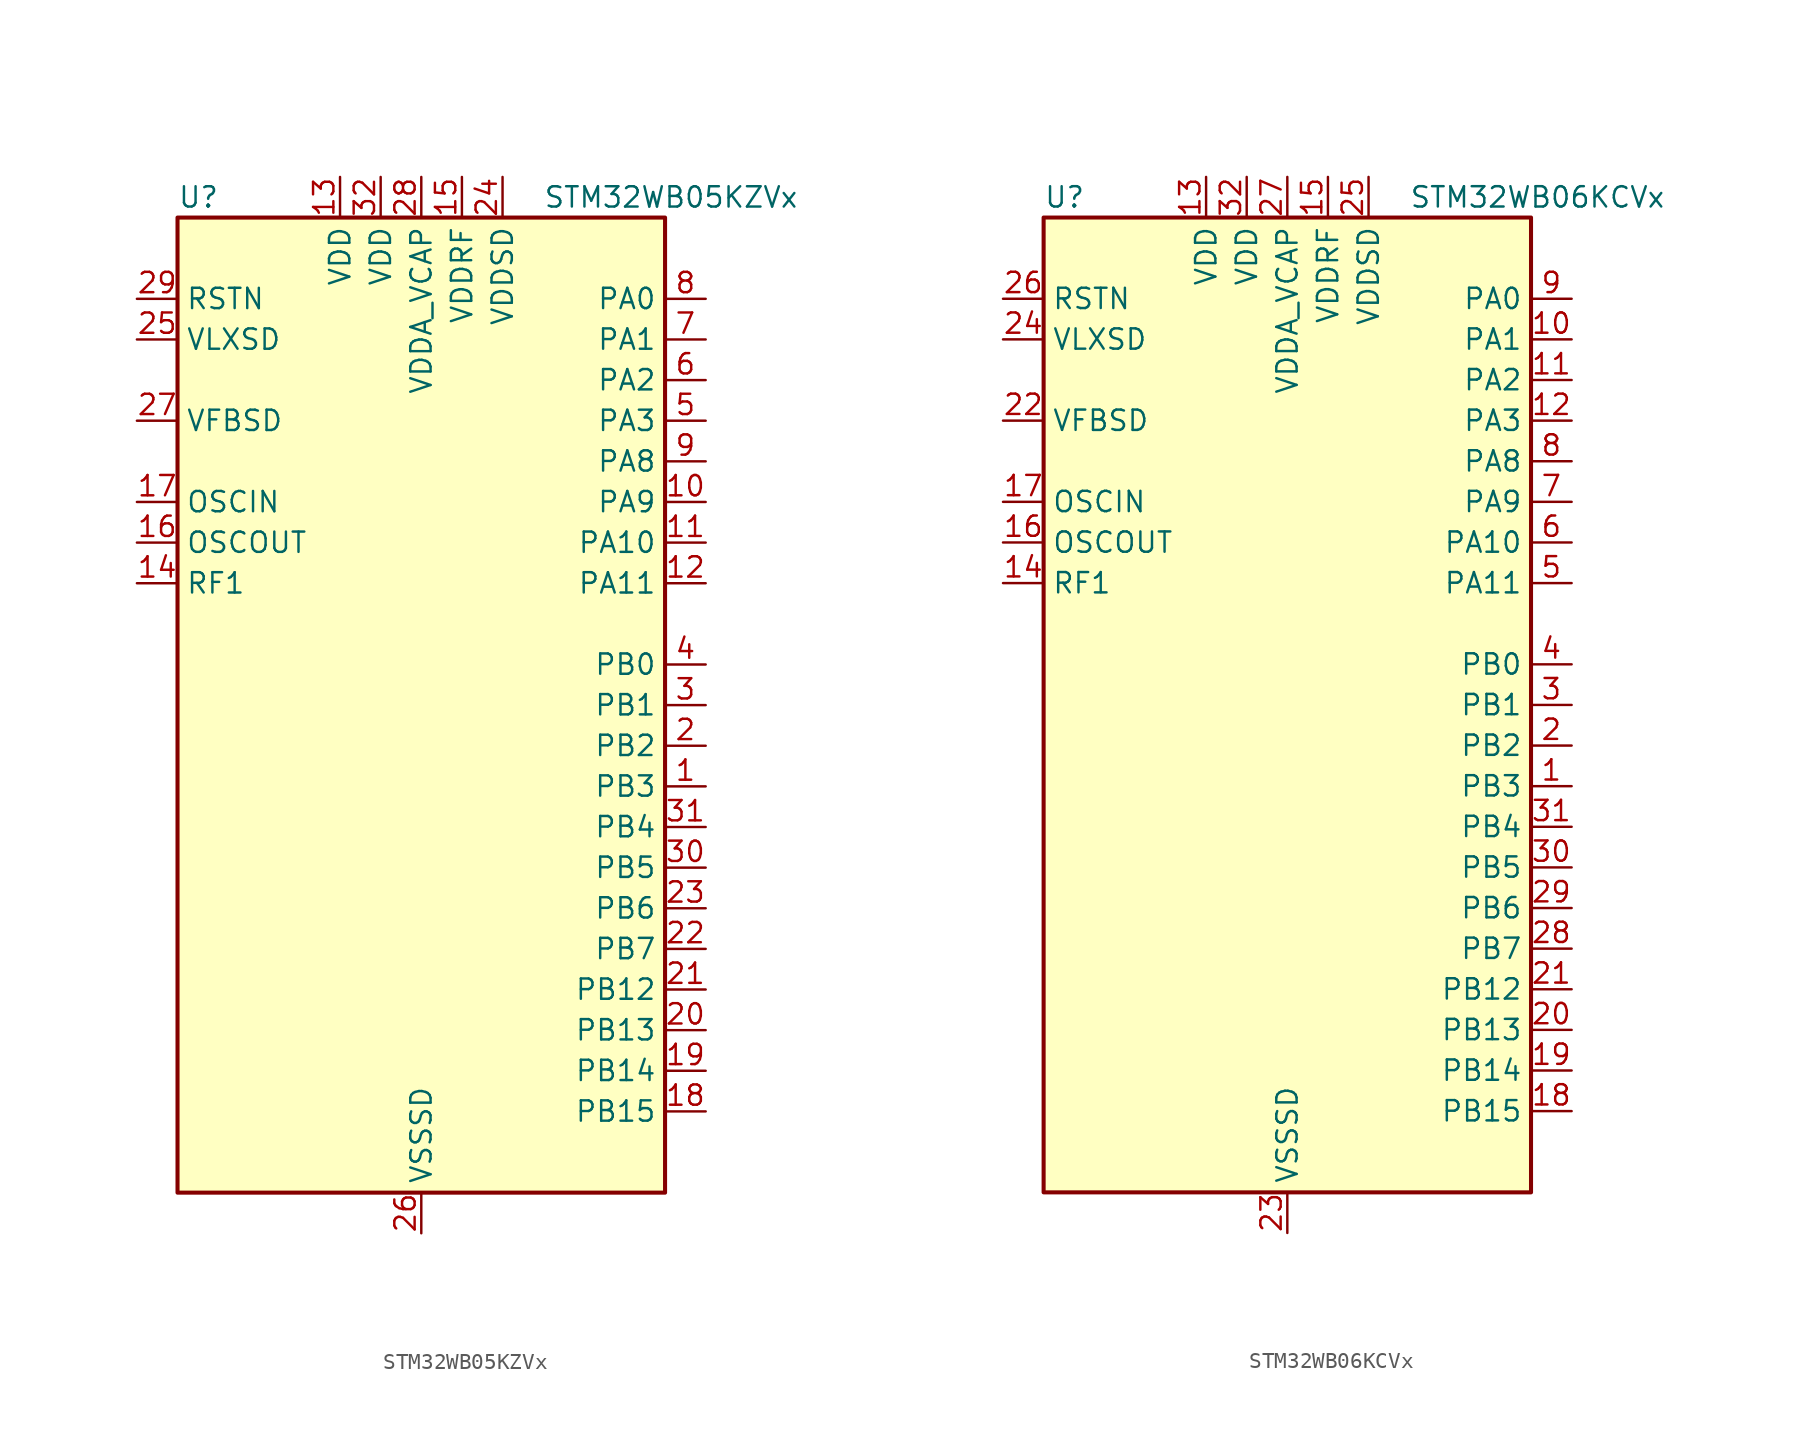
<source format=kicad_sym>
(kicad_symbol_lib
  (version 20241209)
  (generator "kicad_symbol_editor")
  (generator_version "9.0")
  (symbol "STM32WB05KZVx"
    (property "Reference" "U"
      (at -15.24 31.75 0)
      (effects (font (size 1.27 1.27)) (justify left)))
    (property "Value" "STM32WB05KZVx"
      (at 7.62 31.75 0)
      (effects (font (size 1.27 1.27)) (justify left)))
    (symbol "STM32WB05KZVx_0_1"
      (rectangle (start -15.24 -30.48) (end 15.24 30.48) (stroke (width 0.254) (type default)) (fill (type background))))
    (symbol "STM32WB05KZVx_1_1"
      (pin power_in line (at -17.78 25.4 0) (length 2.54) (name "RSTN" (effects (font (size 1.27 1.27)))) (number "29" (effects (font (size 1.27 1.27)))))
      (pin power_in line (at -17.78 22.86 0) (length 2.54) (name "VLXSD" (effects (font (size 1.27 1.27)))) (number "25" (effects (font (size 1.27 1.27)))))
      (pin input line (at -17.78 17.78 0) (length 2.54) (name "VFBSD" (effects (font (size 1.27 1.27)))) (number "27" (effects (font (size 1.27 1.27)))))
      (pin bidirectional line (at -17.78 12.7 0) (length 2.54) (name "OSCIN" (effects (font (size 1.27 1.27)))) (number "17" (effects (font (size 1.27 1.27)))) (alternate "RCC_OSC_IN" bidirectional line))
      (pin bidirectional line (at -17.78 10.16 0) (length 2.54) (name "OSCOUT" (effects (font (size 1.27 1.27)))) (number "16" (effects (font (size 1.27 1.27)))) (alternate "RCC_OSC_OUT" bidirectional line))
      (pin bidirectional line (at -17.78 7.62 0) (length 2.54) (name "RF1" (effects (font (size 1.27 1.27)))) (number "14" (effects (font (size 1.27 1.27)))) (alternate "RADIO_RF1" bidirectional line))
      (pin power_in line (at -5.08 33.02 270) (length 2.54) (name "VDD" (effects (font (size 1.27 1.27)))) (number "13" (effects (font (size 1.27 1.27)))))
      (pin power_in line (at -2.54 33.02 270) (length 2.54) (name "VDD" (effects (font (size 1.27 1.27)))) (number "32" (effects (font (size 1.27 1.27)))))
      (pin power_in line (at 0 33.02 270) (length 2.54) (name "VDDA_VCAP" (effects (font (size 1.27 1.27)))) (number "28" (effects (font (size 1.27 1.27)))))
      (pin power_in line (at 0 -33.02 90) (length 2.54) (name "VSSSD" (effects (font (size 1.27 1.27)))) (number "26" (effects (font (size 1.27 1.27)))))
      (pin power_in line (at 2.54 33.02 270) (length 2.54) (name "VDDRF" (effects (font (size 1.27 1.27)))) (number "15" (effects (font (size 1.27 1.27)))))
      (pin power_in line (at 5.08 33.02 270) (length 2.54) (name "VDDSD" (effects (font (size 1.27 1.27)))) (number "24" (effects (font (size 1.27 1.27)))))
      (pin bidirectional line (at 17.78 25.4 180) (length 2.54) (name "PA0" (effects (font (size 1.27 1.27)))) (number "8" (effects (font (size 1.27 1.27)))) (alternate "I2C1_SCL" bidirectional line) (alternate "IR_OUT" bidirectional line) (alternate "PWR_WKUP12" bidirectional line) (alternate "TIM2_CH3" bidirectional line) (alternate "USART1_CTS" bidirectional line))
      (pin bidirectional line (at 17.78 22.86 180) (length 2.54) (name "PA1" (effects (font (size 1.27 1.27)))) (number "7" (effects (font (size 1.27 1.27)))) (alternate "I2C1_SDA" bidirectional line) (alternate "IR_OUT" bidirectional line) (alternate "PWR_WKUP13" bidirectional line) (alternate "TIM2_CH4" bidirectional line) (alternate "USART1_TX" bidirectional line))
      (pin bidirectional line (at 17.78 20.32 180) (length 2.54) (name "PA2" (effects (font (size 1.27 1.27)))) (number "6" (effects (font (size 1.27 1.27)))) (alternate "ADC1_VINM2" bidirectional line) (alternate "DEBUG_SWDIO" bidirectional line) (alternate "I2S3_MCK" bidirectional line) (alternate "PWR_WKUP14" bidirectional line) (alternate "TIM16_CH1" bidirectional line) (alternate "TIM2_CH1" bidirectional line) (alternate "USART1_CK" bidirectional line))
      (pin bidirectional line (at 17.78 17.78 180) (length 2.54) (name "PA3" (effects (font (size 1.27 1.27)))) (number "5" (effects (font (size 1.27 1.27)))) (alternate "ADC1_VINP2" bidirectional line) (alternate "DEBUG_SWCLK" bidirectional line) (alternate "I2S3_SCK" bidirectional line) (alternate "PWR_WKUP15" bidirectional line) (alternate "SPI3_SCK" bidirectional line) (alternate "TIM16_CH1N" bidirectional line) (alternate "TIM2_CH2" bidirectional line) (alternate "USART1_DE" bidirectional line) (alternate "USART1_RTS" bidirectional line))
      (pin bidirectional line (at 17.78 15.24 180) (length 2.54) (name "PA8" (effects (font (size 1.27 1.27)))) (number "9" (effects (font (size 1.27 1.27)))) (alternate "PWR_WKUP8" bidirectional line) (alternate "RADIO_RX_SEQUENCE" bidirectional line) (alternate "RTC_OUT" bidirectional line) (alternate "SPI3_MISO" bidirectional line) (alternate "TIM16_BK" bidirectional line) (alternate "TIM2_CH3" bidirectional line) (alternate "USART1_RX" bidirectional line))
      (pin bidirectional line (at 17.78 12.7 180) (length 2.54) (name "PA9" (effects (font (size 1.27 1.27)))) (number "10" (effects (font (size 1.27 1.27)))) (alternate "I2S3_WS" bidirectional line) (alternate "PWR_WKUP9" bidirectional line) (alternate "RTC_OUT" bidirectional line) (alternate "SPI3_NSS" bidirectional line) (alternate "TIM17_CH1" bidirectional line) (alternate "TIM2_CH4" bidirectional line) (alternate "USART1_TX" bidirectional line))
      (pin bidirectional line (at 17.78 10.16 180) (length 2.54) (name "PA10" (effects (font (size 1.27 1.27)))) (number "11" (effects (font (size 1.27 1.27)))) (alternate "I2S3_MCK" bidirectional line) (alternate "LPUART1_CTS" bidirectional line) (alternate "PWR_WKUP10" bidirectional line) (alternate "RADIO_TX_SEQUENCE" bidirectional line) (alternate "RCC_LCO" bidirectional line) (alternate "TIM17_CH1N" bidirectional line))
      (pin bidirectional line (at 17.78 7.62 180) (length 2.54) (name "PA11" (effects (font (size 1.27 1.27)))) (number "12" (effects (font (size 1.27 1.27)))) (alternate "I2S3_SD" bidirectional line) (alternate "PWR_WKUP11" bidirectional line) (alternate "RADIO_RX_SEQUENCE" bidirectional line) (alternate "RCC_MCO" bidirectional line) (alternate "SPI3_MOSI" bidirectional line) (alternate "TIM17_BK" bidirectional line))
      (pin bidirectional line (at 17.78 2.54 180) (length 2.54) (name "PB0" (effects (font (size 1.27 1.27)))) (number "4" (effects (font (size 1.27 1.27)))) (alternate "ADC1_VINM1" bidirectional line) (alternate "LPUART1_DE" bidirectional line) (alternate "LPUART1_RTS" bidirectional line) (alternate "PWR_WKUP0" bidirectional line) (alternate "RADIO_ANTENNA_ID_0" bidirectional line) (alternate "TIM16_CH1" bidirectional line) (alternate "USART1_RX" bidirectional line))
      (pin bidirectional line (at 17.78 0 180) (length 2.54) (name "PB1" (effects (font (size 1.27 1.27)))) (number "3" (effects (font (size 1.27 1.27)))) (alternate "ADC1_VINP1" bidirectional line) (alternate "PWR_WKUP1" bidirectional line) (alternate "RADIO_ANTENNA_ID_1" bidirectional line) (alternate "TIM16_CH1N" bidirectional line) (alternate "TIM2_ETR" bidirectional line) (alternate "USART1_CK" bidirectional line))
      (pin bidirectional line (at 17.78 -2.54 180) (length 2.54) (name "PB2" (effects (font (size 1.27 1.27)))) (number "2" (effects (font (size 1.27 1.27)))) (alternate "ADC1_VINM0" bidirectional line) (alternate "PWR_WKUP2" bidirectional line) (alternate "RADIO_ANTENNA_ID_2" bidirectional line) (alternate "TIM16_BK" bidirectional line) (alternate "TIM2_CH3" bidirectional line) (alternate "USART1_DE" bidirectional line) (alternate "USART1_RTS" bidirectional line))
      (pin bidirectional line (at 17.78 -5.08 180) (length 2.54) (name "PB3" (effects (font (size 1.27 1.27)))) (number "1" (effects (font (size 1.27 1.27)))) (alternate "ADC1_VINP0" bidirectional line) (alternate "I2S3_SCK" bidirectional line) (alternate "LPUART1_TX" bidirectional line) (alternate "PWR_WKUP3" bidirectional line) (alternate "RADIO_ANTENNA_ID_3" bidirectional line) (alternate "SPI3_SCK" bidirectional line) (alternate "TIM17_CH1" bidirectional line) (alternate "TIM2_CH4" bidirectional line) (alternate "USART1_CTS" bidirectional line))
      (pin bidirectional line (at 17.78 -7.62 180) (length 2.54) (name "PB4" (effects (font (size 1.27 1.27)))) (number "31" (effects (font (size 1.27 1.27)))) (alternate "ADC1_VINM3" bidirectional line) (alternate "LPUART1_TX" bidirectional line) (alternate "PWR_WKUP4" bidirectional line) (alternate "RADIO_ANTENNA_ID_4" bidirectional line) (alternate "TIM17_CH1N" bidirectional line) (alternate "TIM2_CH1" bidirectional line))
      (pin bidirectional line (at 17.78 -10.16 180) (length 2.54) (name "PB5" (effects (font (size 1.27 1.27)))) (number "30" (effects (font (size 1.27 1.27)))) (alternate "ADC1_VINP3" bidirectional line) (alternate "LPUART1_RX" bidirectional line) (alternate "PWR_WKUP5" bidirectional line) (alternate "RADIO_ANTENNA_ID_5" bidirectional line) (alternate "TIM17_BK" bidirectional line) (alternate "TIM2_CH2" bidirectional line))
      (pin bidirectional line (at 17.78 -12.7 180) (length 2.54) (name "PB6" (effects (font (size 1.27 1.27)))) (number "23" (effects (font (size 1.27 1.27)))) (alternate "I2C1_SCL" bidirectional line) (alternate "LPUART1_TX" bidirectional line) (alternate "PWR_WKUP6" bidirectional line) (alternate "RADIO_ANTENNA_ID_6" bidirectional line) (alternate "TIM17_CH1" bidirectional line) (alternate "TIM2_CH1" bidirectional line))
      (pin bidirectional line (at 17.78 -15.24 180) (length 2.54) (name "PB7" (effects (font (size 1.27 1.27)))) (number "22" (effects (font (size 1.27 1.27)))) (alternate "I2C1_SDA" bidirectional line) (alternate "LPUART1_RX" bidirectional line) (alternate "PWR_WKUP7" bidirectional line) (alternate "RADIO_ACTIVITY" bidirectional line) (alternate "TIM2_CH2" bidirectional line) (alternate "USART1_CTS" bidirectional line))
      (pin bidirectional line (at 17.78 -17.78 180) (length 2.54) (name "PB12" (effects (font (size 1.27 1.27)))) (number "21" (effects (font (size 1.27 1.27)))) (alternate "LPUART1_CTS" bidirectional line) (alternate "PWR_WKUP16" bidirectional line) (alternate "RCC_LCO" bidirectional line) (alternate "RCC_OSC32_OUT" bidirectional line) (alternate "TIM2_CH3" bidirectional line))
      (pin bidirectional line (at 17.78 -20.32 180) (length 2.54) (name "PB13" (effects (font (size 1.27 1.27)))) (number "20" (effects (font (size 1.27 1.27)))) (alternate "PWR_WKUP17" bidirectional line) (alternate "RCC_OSC32_IN" bidirectional line) (alternate "TIM2_CH4" bidirectional line))
      (pin bidirectional line (at 17.78 -22.86 180) (length 2.54) (name "PB14" (effects (font (size 1.27 1.27)))) (number "19" (effects (font (size 1.27 1.27)))) (alternate "I2C1_SDA" bidirectional line) (alternate "PWR_PVD_IN" bidirectional line) (alternate "PWR_WKUP18" bidirectional line) (alternate "RADIO_TX_SEQUENCE" bidirectional line) (alternate "RCC_MCO" bidirectional line) (alternate "TIM2_ETR" bidirectional line) (alternate "USART1_RX" bidirectional line))
      (pin bidirectional line (at 17.78 -25.4 180) (length 2.54) (name "PB15" (effects (font (size 1.27 1.27)))) (number "18" (effects (font (size 1.27 1.27)))) (alternate "PWR_WKUP19" bidirectional line) (alternate "USART1_TX" bidirectional line))))
  (symbol "STM32WB06KCVx"
    (property "Reference" "U"
      (at -15.24 31.75 0)
      (effects (font (size 1.27 1.27)) (justify left)))
    (property "Value" "STM32WB06KCVx"
      (at 7.62 31.75 0)
      (effects (font (size 1.27 1.27)) (justify left)))
    (symbol "STM32WB06KCVx_0_1"
      (rectangle (start -15.24 -30.48) (end 15.24 30.48) (stroke (width 0.254) (type default)) (fill (type background))))
    (symbol "STM32WB06KCVx_1_1"
      (pin power_in line (at -17.78 25.4 0) (length 2.54) (name "RSTN" (effects (font (size 1.27 1.27)))) (number "26" (effects (font (size 1.27 1.27)))))
      (pin power_in line (at -17.78 22.86 0) (length 2.54) (name "VLXSD" (effects (font (size 1.27 1.27)))) (number "24" (effects (font (size 1.27 1.27)))))
      (pin input line (at -17.78 17.78 0) (length 2.54) (name "VFBSD" (effects (font (size 1.27 1.27)))) (number "22" (effects (font (size 1.27 1.27)))))
      (pin bidirectional line (at -17.78 12.7 0) (length 2.54) (name "OSCIN" (effects (font (size 1.27 1.27)))) (number "17" (effects (font (size 1.27 1.27)))) (alternate "RCC_OSC_IN" bidirectional line))
      (pin bidirectional line (at -17.78 10.16 0) (length 2.54) (name "OSCOUT" (effects (font (size 1.27 1.27)))) (number "16" (effects (font (size 1.27 1.27)))) (alternate "RCC_OSC_OUT" bidirectional line))
      (pin bidirectional line (at -17.78 7.62 0) (length 2.54) (name "RF1" (effects (font (size 1.27 1.27)))) (number "14" (effects (font (size 1.27 1.27)))) (alternate "RADIO_RF1" bidirectional line))
      (pin power_in line (at -5.08 33.02 270) (length 2.54) (name "VDD" (effects (font (size 1.27 1.27)))) (number "13" (effects (font (size 1.27 1.27)))))
      (pin power_in line (at -2.54 33.02 270) (length 2.54) (name "VDD" (effects (font (size 1.27 1.27)))) (number "32" (effects (font (size 1.27 1.27)))))
      (pin power_in line (at 0 33.02 270) (length 2.54) (name "VDDA_VCAP" (effects (font (size 1.27 1.27)))) (number "27" (effects (font (size 1.27 1.27)))))
      (pin power_in line (at 0 -33.02 90) (length 2.54) (name "VSSSD" (effects (font (size 1.27 1.27)))) (number "23" (effects (font (size 1.27 1.27)))))
      (pin power_in line (at 2.54 33.02 270) (length 2.54) (name "VDDRF" (effects (font (size 1.27 1.27)))) (number "15" (effects (font (size 1.27 1.27)))))
      (pin power_in line (at 5.08 33.02 270) (length 2.54) (name "VDDSD" (effects (font (size 1.27 1.27)))) (number "25" (effects (font (size 1.27 1.27)))))
      (pin bidirectional line (at 17.78 25.4 180) (length 2.54) (name "PA0" (effects (font (size 1.27 1.27)))) (number "9" (effects (font (size 1.27 1.27)))) (alternate "I2C1_SCL" bidirectional line) (alternate "I2S2_MCK" bidirectional line) (alternate "PWR_WKUP12" bidirectional line) (alternate "TIM1_CH3" bidirectional line) (alternate "USART1_CTS" bidirectional line))
      (pin bidirectional line (at 17.78 22.86 180) (length 2.54) (name "PA1" (effects (font (size 1.27 1.27)))) (number "10" (effects (font (size 1.27 1.27)))) (alternate "I2C1_SDA" bidirectional line) (alternate "PWR_WKUP13" bidirectional line) (alternate "SPI2_MISO" bidirectional line) (alternate "TIM1_CH4" bidirectional line) (alternate "USART1_TX" bidirectional line))
      (pin bidirectional line (at 17.78 20.32 180) (length 2.54) (name "PA2" (effects (font (size 1.27 1.27)))) (number "11" (effects (font (size 1.27 1.27)))) (alternate "DEBUG_SWDIO" bidirectional line) (alternate "I2S3_MCK" bidirectional line) (alternate "PWR_WKUP14" bidirectional line) (alternate "USART1_CK" bidirectional line))
      (pin bidirectional line (at 17.78 17.78 180) (length 2.54) (name "PA3" (effects (font (size 1.27 1.27)))) (number "12" (effects (font (size 1.27 1.27)))) (alternate "DEBUG_SWCLK" bidirectional line) (alternate "I2S3_SCK" bidirectional line) (alternate "PWR_WKUP15" bidirectional line) (alternate "SPI3_SCK" bidirectional line) (alternate "TIM1_BKIN2" bidirectional line) (alternate "USART1_DE" bidirectional line) (alternate "USART1_RTS" bidirectional line))
      (pin bidirectional line (at 17.78 15.24 180) (length 2.54) (name "PA8" (effects (font (size 1.27 1.27)))) (number "8" (effects (font (size 1.27 1.27)))) (alternate "PWR_WKUP20" bidirectional line) (alternate "PWR_WKUP8" bidirectional line) (alternate "RADIO_RX_SEQUENCE" bidirectional line) (alternate "RTC_OUT" bidirectional line) (alternate "SPI1_MOSI" bidirectional line) (alternate "SPI3_MISO" bidirectional line) (alternate "TIM1_CH3" bidirectional line) (alternate "USART1_RX" bidirectional line))
      (pin bidirectional line (at 17.78 12.7 180) (length 2.54) (name "PA9" (effects (font (size 1.27 1.27)))) (number "7" (effects (font (size 1.27 1.27)))) (alternate "I2S3_WS" bidirectional line) (alternate "PWR_WKUP21" bidirectional line) (alternate "PWR_WKUP9" bidirectional line) (alternate "RTC_OUT" bidirectional line) (alternate "SPI1_SCK" bidirectional line) (alternate "SPI3_NSS" bidirectional line) (alternate "TIM1_CH4" bidirectional line) (alternate "USART1_TX" bidirectional line))
      (pin bidirectional line (at 17.78 10.16 180) (length 2.54) (name "PA10" (effects (font (size 1.27 1.27)))) (number "6" (effects (font (size 1.27 1.27)))) (alternate "I2S3_MCK" bidirectional line) (alternate "PWR_WKUP10" bidirectional line) (alternate "PWR_WKUP22" bidirectional line) (alternate "RADIO_TX_SEQUENCE" bidirectional line) (alternate "RCC_LCO" bidirectional line) (alternate "SPI1_MISO" bidirectional line))
      (pin bidirectional line (at 17.78 7.62 180) (length 2.54) (name "PA11" (effects (font (size 1.27 1.27)))) (number "5" (effects (font (size 1.27 1.27)))) (alternate "I2S3_SD" bidirectional line) (alternate "PWR_WKUP11" bidirectional line) (alternate "PWR_WKUP23" bidirectional line) (alternate "RADIO_RX_SEQUENCE" bidirectional line) (alternate "RCC_MCO" bidirectional line) (alternate "RTC_OUT" bidirectional line) (alternate "SPI1_NSS" bidirectional line) (alternate "SPI3_MOSI" bidirectional line))
      (pin bidirectional line (at 17.78 2.54 180) (length 2.54) (name "PB0" (effects (font (size 1.27 1.27)))) (number "4" (effects (font (size 1.27 1.27)))) (alternate "ADC1_VINM1" bidirectional line) (alternate "LPUART1_DE" bidirectional line) (alternate "LPUART1_RTS" bidirectional line) (alternate "PWR_WKUP0" bidirectional line) (alternate "TIM1_CH2N" bidirectional line) (alternate "USART1_RX" bidirectional line))
      (pin bidirectional line (at 17.78 0 180) (length 2.54) (name "PB1" (effects (font (size 1.27 1.27)))) (number "3" (effects (font (size 1.27 1.27)))) (alternate "ADC1_PDM_CLK" bidirectional line) (alternate "ADC1_VINP1" bidirectional line) (alternate "PWR_WKUP1" bidirectional line) (alternate "SPI1_NSS" bidirectional line) (alternate "TIM1_ETR" bidirectional line))
      (pin bidirectional line (at 17.78 -2.54 180) (length 2.54) (name "PB2" (effects (font (size 1.27 1.27)))) (number "2" (effects (font (size 1.27 1.27)))) (alternate "ADC1_PDM_DATA" bidirectional line) (alternate "ADC1_PGA_CAP0" bidirectional line) (alternate "ADC1_VINM0" bidirectional line) (alternate "PWR_WKUP2" bidirectional line) (alternate "TIM1_CH3" bidirectional line) (alternate "USART1_DE" bidirectional line) (alternate "USART1_RTS" bidirectional line))
      (pin bidirectional line (at 17.78 -5.08 180) (length 2.54) (name "PB3" (effects (font (size 1.27 1.27)))) (number "1" (effects (font (size 1.27 1.27)))) (alternate "ADC1_PGA_CAP1" bidirectional line) (alternate "ADC1_VINP0" bidirectional line) (alternate "LPUART1_TX" bidirectional line) (alternate "PWR_WKUP3" bidirectional line) (alternate "TIM1_CH4" bidirectional line) (alternate "USART1_CTS" bidirectional line))
      (pin bidirectional line (at 17.78 -7.62 180) (length 2.54) (name "PB4" (effects (font (size 1.27 1.27)))) (number "31" (effects (font (size 1.27 1.27)))) (alternate "ADC1_PDM_DATA" bidirectional line) (alternate "ADC1_PGA_VIN" bidirectional line) (alternate "LPUART1_TX" bidirectional line) (alternate "PWR_WKUP4" bidirectional line) (alternate "SPI2_MISO" bidirectional line))
      (pin bidirectional line (at 17.78 -10.16 180) (length 2.54) (name "PB5" (effects (font (size 1.27 1.27)))) (number "30" (effects (font (size 1.27 1.27)))) (alternate "ADC1_PDM_CLK" bidirectional line) (alternate "ADC1_PGA_VBIAS_MIC" bidirectional line) (alternate "I2S2_SD" bidirectional line) (alternate "LPUART1_RX" bidirectional line) (alternate "PWR_WKUP5" bidirectional line) (alternate "SPI2_MOSI" bidirectional line))
      (pin bidirectional line (at 17.78 -12.7 180) (length 2.54) (name "PB6" (effects (font (size 1.27 1.27)))) (number "29" (effects (font (size 1.27 1.27)))) (alternate "I2C2_SCL" bidirectional line) (alternate "I2S2_WS" bidirectional line) (alternate "LPUART1_TX" bidirectional line) (alternate "PWR_WKUP6" bidirectional line) (alternate "SPI2_NSS" bidirectional line) (alternate "TIM1_CH1" bidirectional line))
      (pin bidirectional line (at 17.78 -15.24 180) (length 2.54) (name "PB7" (effects (font (size 1.27 1.27)))) (number "28" (effects (font (size 1.27 1.27)))) (alternate "I2C2_SDA" bidirectional line) (alternate "I2S2_SCK" bidirectional line) (alternate "LPUART1_RX" bidirectional line) (alternate "PWR_WKUP7" bidirectional line) (alternate "SPI2_SCK" bidirectional line) (alternate "TIM1_CH2" bidirectional line))
      (pin bidirectional line (at 17.78 -17.78 180) (length 2.54) (name "PB12" (effects (font (size 1.27 1.27)))) (number "21" (effects (font (size 1.27 1.27)))) (alternate "ADC1_PDM_DATA" bidirectional line) (alternate "RCC_LCO" bidirectional line) (alternate "RCC_OSC32_OUT" bidirectional line) (alternate "SPI1_SCK" bidirectional line) (alternate "TIM1_CH3" bidirectional line))
      (pin bidirectional line (at 17.78 -20.32 180) (length 2.54) (name "PB13" (effects (font (size 1.27 1.27)))) (number "20" (effects (font (size 1.27 1.27)))) (alternate "ADC1_PDM_CLK" bidirectional line) (alternate "I2C2_SCL" bidirectional line) (alternate "RCC_OSC32_IN" bidirectional line) (alternate "SPI1_MISO" bidirectional line) (alternate "TIM1_BKIN2" bidirectional line) (alternate "TIM1_CH4" bidirectional line))
      (pin bidirectional line (at 17.78 -22.86 180) (length 2.54) (name "PB14" (effects (font (size 1.27 1.27)))) (number "19" (effects (font (size 1.27 1.27)))) (alternate "I2C2_SDA" bidirectional line) (alternate "PWR_PVD_IN" bidirectional line) (alternate "SPI1_MOSI" bidirectional line) (alternate "TIM1_CH3N" bidirectional line) (alternate "TIM1_ETR" bidirectional line) (alternate "USART1_RX" bidirectional line))
      (pin bidirectional line (at 17.78 -25.4 180) (length 2.54) (name "PB15" (effects (font (size 1.27 1.27)))) (number "18" (effects (font (size 1.27 1.27)))) (alternate "I2C1_SMBA" bidirectional line) (alternate "RADIO_TX_SEQUENCE" bidirectional line) (alternate "RCC_MCO" bidirectional line) (alternate "USART1_TX" bidirectional line)))))
</source>
